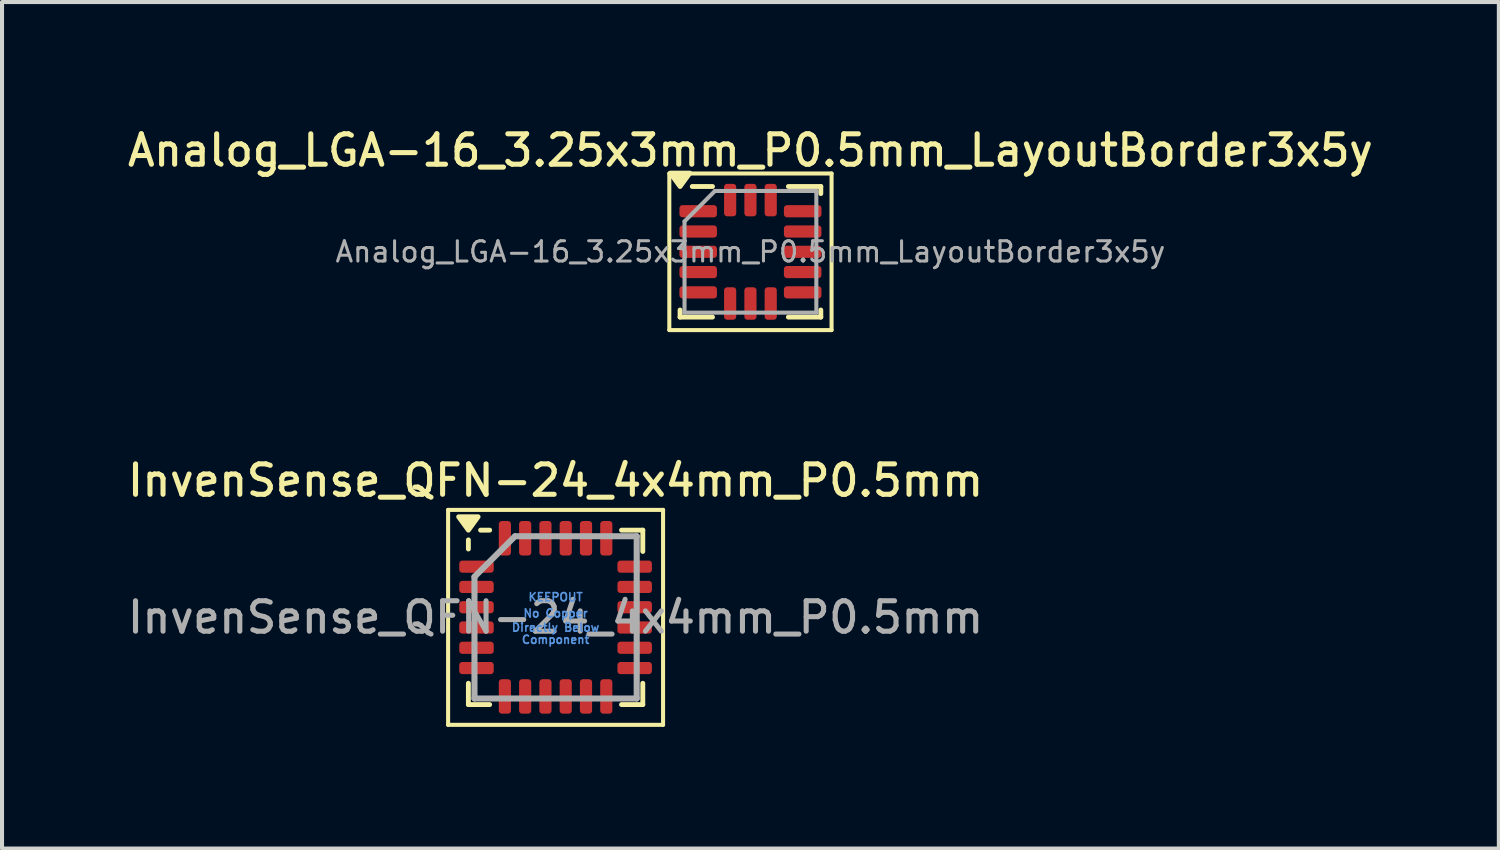
<source format=kicad_pcb>
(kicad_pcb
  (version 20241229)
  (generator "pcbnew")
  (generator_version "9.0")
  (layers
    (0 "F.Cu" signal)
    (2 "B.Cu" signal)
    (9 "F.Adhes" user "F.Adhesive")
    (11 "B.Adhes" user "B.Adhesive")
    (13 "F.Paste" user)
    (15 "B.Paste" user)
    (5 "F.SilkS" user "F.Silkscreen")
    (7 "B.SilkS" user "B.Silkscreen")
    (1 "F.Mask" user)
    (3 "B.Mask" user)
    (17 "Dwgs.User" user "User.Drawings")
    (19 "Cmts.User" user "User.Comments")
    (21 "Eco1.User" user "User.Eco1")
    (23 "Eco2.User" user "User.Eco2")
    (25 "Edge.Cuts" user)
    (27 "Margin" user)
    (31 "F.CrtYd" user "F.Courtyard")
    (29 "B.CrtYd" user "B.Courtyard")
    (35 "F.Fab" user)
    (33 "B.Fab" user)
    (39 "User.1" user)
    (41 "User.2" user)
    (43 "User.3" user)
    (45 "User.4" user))
  (footprint "Analog_LGA-16_3.25x3mm_P0.5mm_LayoutBorder3x5y"
    (layer "F.Cu")
    (at 15.452 3.158)
    (property "Reference" "Analog_LGA-16_3.25x3mm_P0.5mm_LayoutBorder3x5y" (at 0 -2.5 0) (layer "F.SilkS") (effects (font (size 0.75 0.75) (thickness 0.125))))
    (attr smd)
    (fp_line (start -2 -1.93) (end -2 1.93) (stroke (width 0.1) (type solid)) (layer "F.SilkS"))
    (fp_line (start -2 1.93) (end 2 1.93) (stroke (width 0.1) (type solid)) (layer "F.SilkS"))
    (fp_line (start -1.735 1.61) (end -1.735 1.435) (stroke (width 0.12) (type solid)) (layer "F.SilkS"))
    (fp_line (start -0.935 -1.61) (end -1.435 -1.61) (stroke (width 0.12) (type solid)) (layer "F.SilkS"))
    (fp_line (start -0.935 1.61) (end -1.735 1.61) (stroke (width 0.12) (type solid)) (layer "F.SilkS"))
    (fp_line (start 0.935 -1.61) (end 1.735 -1.61) (stroke (width 0.12) (type solid)) (layer "F.SilkS"))
    (fp_line (start 0.935 1.61) (end 1.735 1.61) (stroke (width 0.12) (type solid)) (layer "F.SilkS"))
    (fp_line (start 1.735 -1.61) (end 1.735 -1.435) (stroke (width 0.12) (type solid)) (layer "F.SilkS"))
    (fp_line (start 1.735 1.61) (end 1.735 1.435) (stroke (width 0.12) (type solid)) (layer "F.SilkS"))
    (fp_line (start 2 -1.93) (end -2 -1.93) (stroke (width 0.1) (type solid)) (layer "F.SilkS"))
    (fp_line (start 2 1.93) (end 2 -1.93) (stroke (width 0.1) (type solid)) (layer "F.SilkS"))
    (fp_poly (pts (xy -1.735 -1.61) (xy -1.975 -1.94) (xy -1.495 -1.94) (xy -1.735 -1.61)) (stroke (width 0.12) (type solid)) (fill yes) (layer "F.SilkS"))
    (fp_line (start -1.625 -0.75) (end -0.875 -1.5) (stroke (width 0.1) (type solid)) (layer "F.Fab"))
    (fp_line (start -1.625 1.5) (end -1.625 -0.75) (stroke (width 0.1) (type solid)) (layer "F.Fab"))
    (fp_line (start -0.875 -1.5) (end 1.625 -1.5) (stroke (width 0.1) (type solid)) (layer "F.Fab"))
    (fp_line (start 1.625 -1.5) (end 1.625 1.5) (stroke (width 0.1) (type solid)) (layer "F.Fab"))
    (fp_line (start 1.625 1.5) (end -1.625 1.5) (stroke (width 0.1) (type solid)) (layer "F.Fab"))
    (fp_text user "${REFERENCE}" (at 0 0 0) (layer "F.Fab") (effects (font (size 0.5 0.5) (thickness 0.075))))
    (pad "1" smd roundrect (at -1.288 -1) (size 0.925 0.3) (layers "F.Cu" "F.Mask" "F.Paste") (roundrect_rratio 0.25))
    (pad "2" smd roundrect (at -1.288 -0.5) (size 0.925 0.3) (layers "F.Cu" "F.Mask" "F.Paste") (roundrect_rratio 0.25))
    (pad "3" smd roundrect (at -1.288 0) (size 0.925 0.3) (layers "F.Cu" "F.Mask" "F.Paste") (roundrect_rratio 0.25))
    (pad "4" smd roundrect (at -1.288 0.5) (size 0.925 0.3) (layers "F.Cu" "F.Mask" "F.Paste") (roundrect_rratio 0.25))
    (pad "5" smd roundrect (at -1.288 1) (size 0.925 0.3) (layers "F.Cu" "F.Mask" "F.Paste") (roundrect_rratio 0.25))
    (pad "6" smd roundrect (at -0.5 1.275) (size 0.3 0.8) (layers "F.Cu" "F.Mask" "F.Paste") (roundrect_rratio 0.25))
    (pad "7" smd roundrect (at 0 1.275) (size 0.3 0.8) (layers "F.Cu" "F.Mask" "F.Paste") (roundrect_rratio 0.25))
    (pad "8" smd roundrect (at 0.5 1.275) (size 0.3 0.8) (layers "F.Cu" "F.Mask" "F.Paste") (roundrect_rratio 0.25))
    (pad "9" smd roundrect (at 1.288 1) (size 0.925 0.3) (layers "F.Cu" "F.Mask" "F.Paste") (roundrect_rratio 0.25))
    (pad "10" smd roundrect (at 1.288 0.5) (size 0.925 0.3) (layers "F.Cu" "F.Mask" "F.Paste") (roundrect_rratio 0.25))
    (pad "11" smd roundrect (at 1.288 0) (size 0.925 0.3) (layers "F.Cu" "F.Mask" "F.Paste") (roundrect_rratio 0.25))
    (pad "12" smd roundrect (at 1.288 -0.5) (size 0.925 0.3) (layers "F.Cu" "F.Mask" "F.Paste") (roundrect_rratio 0.25))
    (pad "13" smd roundrect (at 1.288 -1) (size 0.925 0.3) (layers "F.Cu" "F.Mask" "F.Paste") (roundrect_rratio 0.25))
    (pad "14" smd roundrect (at 0.5 -1.275) (size 0.3 0.8) (layers "F.Cu" "F.Mask" "F.Paste") (roundrect_rratio 0.25))
    (pad "15" smd roundrect (at 0 -1.275) (size 0.3 0.8) (layers "F.Cu" "F.Mask" "F.Paste") (roundrect_rratio 0.25))
    (pad "16" smd roundrect (at -0.5 -1.275) (size 0.3 0.8) (layers "F.Cu" "F.Mask" "F.Paste") (roundrect_rratio 0.25)))
  (footprint "InvenSense_QFN-24_4x4mm_P0.5mm"
    (layer "F.Cu")
    (at 10.648 12.171)
    (property "Reference" "InvenSense_QFN-24_4x4mm_P0.5mm" (at 0 -3.375 0) (layer "F.SilkS") (effects (font (size 0.75 0.75) (thickness 0.125))))
    (attr smd)
    (fp_line (start -2.65 -2.65) (end -2.65 2.65) (stroke (width 0.1) (type solid)) (layer "F.SilkS"))
    (fp_line (start -2.65 -2.65) (end 2.65 -2.65) (stroke (width 0.1) (type solid)) (layer "F.SilkS"))
    (fp_line (start -2.65 2.65) (end 2.65 2.65) (stroke (width 0.1) (type solid)) (layer "F.SilkS"))
    (fp_line (start -2.15 -1.685) (end -2.15 -1.91) (stroke (width 0.12) (type solid)) (layer "F.SilkS"))
    (fp_line (start -2.15 2.15) (end -2.15 1.625) (stroke (width 0.12) (type solid)) (layer "F.SilkS"))
    (fp_line (start -2.15 2.15) (end -1.625 2.15) (stroke (width 0.12) (type solid)) (layer "F.SilkS"))
    (fp_line (start -1.625 -2.15) (end -1.85 -2.15) (stroke (width 0.12) (type solid)) (layer "F.SilkS"))
    (fp_line (start 2.15 -2.15) (end 1.625 -2.15) (stroke (width 0.12) (type solid)) (layer "F.SilkS"))
    (fp_line (start 2.15 -2.15) (end 2.15 -1.625) (stroke (width 0.12) (type solid)) (layer "F.SilkS"))
    (fp_line (start 2.15 2.15) (end 1.625 2.15) (stroke (width 0.12) (type solid)) (layer "F.SilkS"))
    (fp_line (start 2.15 2.15) (end 2.15 1.625) (stroke (width 0.12) (type solid)) (layer "F.SilkS"))
    (fp_line (start 2.65 -2.65) (end 2.65 2.65) (stroke (width 0.1) (type solid)) (layer "F.SilkS"))
    (fp_poly (pts (xy -2.15 -2.15) (xy -2.39 -2.48) (xy -1.91 -2.48) (xy -2.15 -2.15)) (stroke (width 0.12) (type solid)) (fill yes) (layer "F.SilkS"))
    (fp_line (start -2 -1) (end -1 -2) (stroke (width 0.15) (type solid)) (layer "F.Fab"))
    (fp_line (start -2 2) (end -2 -1) (stroke (width 0.15) (type solid)) (layer "F.Fab"))
    (fp_line (start -1 -2) (end 2 -2) (stroke (width 0.15) (type solid)) (layer "F.Fab"))
    (fp_line (start 2 -2) (end 2 2) (stroke (width 0.15) (type solid)) (layer "F.Fab"))
    (fp_line (start 2 2) (end -2 2) (stroke (width 0.15) (type solid)) (layer "F.Fab"))
    (fp_text user "Component" (at 0 0.55 0) (layer "Cmts.User") (effects (font (size 0.2 0.2) (thickness 0.04))))
    (fp_text user "Directly Below" (at 0 0.25 0) (layer "Cmts.User") (effects (font (size 0.2 0.2) (thickness 0.04))))
    (fp_text user "KEEPOUT" (at 0 -0.5 0) (layer "Cmts.User") (effects (font (size 0.2 0.2) (thickness 0.04))))
    (fp_text user "No Copper" (at 0 -0.1 0) (layer "Cmts.User") (effects (font (size 0.2 0.2) (thickness 0.04))))
    (fp_text user "${REFERENCE}" (at 0 0 0) (layer "F.Fab") (effects (font (size 0.75 0.75) (thickness 0.125))))
    (pad "1" smd roundrect (at -1.95 -1.25) (size 0.85 0.3) (layers "F.Cu" "F.Mask" "F.Paste") (roundrect_rratio 0.25))
    (pad "2" smd roundrect (at -1.95 -0.75) (size 0.85 0.3) (layers "F.Cu" "F.Mask" "F.Paste") (roundrect_rratio 0.25))
    (pad "3" smd roundrect (at -1.95 -0.25) (size 0.85 0.3) (layers "F.Cu" "F.Mask" "F.Paste") (roundrect_rratio 0.25))
    (pad "4" smd roundrect (at -1.95 0.25) (size 0.85 0.3) (layers "F.Cu" "F.Mask" "F.Paste") (roundrect_rratio 0.25))
    (pad "5" smd roundrect (at -1.95 0.75) (size 0.85 0.3) (layers "F.Cu" "F.Mask" "F.Paste") (roundrect_rratio 0.25))
    (pad "6" smd roundrect (at -1.95 1.25) (size 0.85 0.3) (layers "F.Cu" "F.Mask" "F.Paste") (roundrect_rratio 0.25))
    (pad "7" smd roundrect (at -1.25 1.95 90) (size 0.85 0.3) (layers "F.Cu" "F.Mask" "F.Paste") (roundrect_rratio 0.25))
    (pad "8" smd roundrect (at -0.75 1.95 90) (size 0.85 0.3) (layers "F.Cu" "F.Mask" "F.Paste") (roundrect_rratio 0.25))
    (pad "9" smd roundrect (at -0.25 1.95 90) (size 0.85 0.3) (layers "F.Cu" "F.Mask" "F.Paste") (roundrect_rratio 0.25))
    (pad "10" smd roundrect (at 0.25 1.95 90) (size 0.85 0.3) (layers "F.Cu" "F.Mask" "F.Paste") (roundrect_rratio 0.25))
    (pad "11" smd roundrect (at 0.75 1.95 90) (size 0.85 0.3) (layers "F.Cu" "F.Mask" "F.Paste") (roundrect_rratio 0.25))
    (pad "12" smd roundrect (at 1.25 1.95 90) (size 0.85 0.3) (layers "F.Cu" "F.Mask" "F.Paste") (roundrect_rratio 0.25))
    (pad "13" smd roundrect (at 1.95 1.25) (size 0.85 0.3) (layers "F.Cu" "F.Mask" "F.Paste") (roundrect_rratio 0.25))
    (pad "14" smd roundrect (at 1.95 0.75) (size 0.85 0.3) (layers "F.Cu" "F.Mask" "F.Paste") (roundrect_rratio 0.25))
    (pad "15" smd roundrect (at 1.95 0.25) (size 0.85 0.3) (layers "F.Cu" "F.Mask" "F.Paste") (roundrect_rratio 0.25))
    (pad "16" smd roundrect (at 1.95 -0.25) (size 0.85 0.3) (layers "F.Cu" "F.Mask" "F.Paste") (roundrect_rratio 0.25))
    (pad "17" smd roundrect (at 1.95 -0.75) (size 0.85 0.3) (layers "F.Cu" "F.Mask" "F.Paste") (roundrect_rratio 0.25))
    (pad "18" smd roundrect (at 1.95 -1.25) (size 0.85 0.3) (layers "F.Cu" "F.Mask" "F.Paste") (roundrect_rratio 0.25))
    (pad "19" smd roundrect (at 1.25 -1.95 90) (size 0.85 0.3) (layers "F.Cu" "F.Mask" "F.Paste") (roundrect_rratio 0.25))
    (pad "20" smd roundrect (at 0.75 -1.95 90) (size 0.85 0.3) (layers "F.Cu" "F.Mask" "F.Paste") (roundrect_rratio 0.25))
    (pad "21" smd roundrect (at 0.25 -1.95 90) (size 0.85 0.3) (layers "F.Cu" "F.Mask" "F.Paste") (roundrect_rratio 0.25))
    (pad "22" smd roundrect (at -0.25 -1.95 90) (size 0.85 0.3) (layers "F.Cu" "F.Mask" "F.Paste") (roundrect_rratio 0.25))
    (pad "23" smd roundrect (at -0.75 -1.95 90) (size 0.85 0.3) (layers "F.Cu" "F.Mask" "F.Paste") (roundrect_rratio 0.25))
    (pad "24" smd roundrect (at -1.25 -1.95 90) (size 0.85 0.3) (layers "F.Cu" "F.Mask" "F.Paste") (roundrect_rratio 0.25))
    (zone (net_name "") (layer "F.Cu") (hatch full 0.508) (connect_pads) (min_thickness 0.254) (filled_areas_thickness no) (keepout (tracks not_allowed) (vias not_allowed) (pads not_allowed) (copperpour not_allowed) (footprints allowed)) (placement (enabled no)) (fill) (polygon (pts (xy 9.273 10.846) (xy 12.023 10.846) (xy 12.023 13.496) (xy 9.273 13.496)))))
  (gr_rect
    (start -3 -3)
    (end 33.904 17.871)
    (stroke (width 0.1) (type default))
    (fill no)
    (layer "Edge.Cuts")))
</source>
